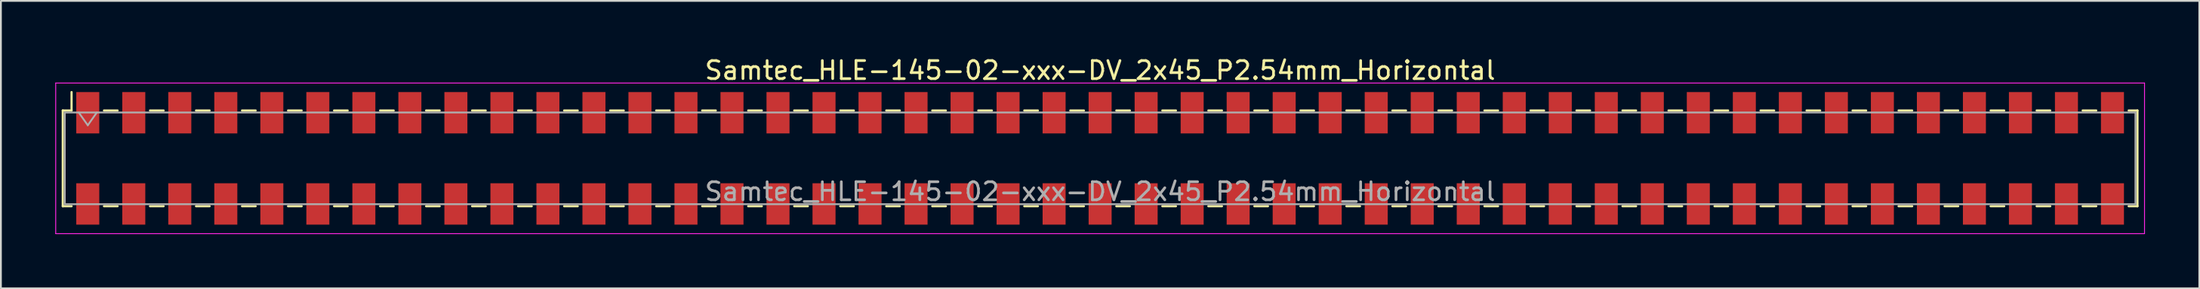
<source format=kicad_pcb>
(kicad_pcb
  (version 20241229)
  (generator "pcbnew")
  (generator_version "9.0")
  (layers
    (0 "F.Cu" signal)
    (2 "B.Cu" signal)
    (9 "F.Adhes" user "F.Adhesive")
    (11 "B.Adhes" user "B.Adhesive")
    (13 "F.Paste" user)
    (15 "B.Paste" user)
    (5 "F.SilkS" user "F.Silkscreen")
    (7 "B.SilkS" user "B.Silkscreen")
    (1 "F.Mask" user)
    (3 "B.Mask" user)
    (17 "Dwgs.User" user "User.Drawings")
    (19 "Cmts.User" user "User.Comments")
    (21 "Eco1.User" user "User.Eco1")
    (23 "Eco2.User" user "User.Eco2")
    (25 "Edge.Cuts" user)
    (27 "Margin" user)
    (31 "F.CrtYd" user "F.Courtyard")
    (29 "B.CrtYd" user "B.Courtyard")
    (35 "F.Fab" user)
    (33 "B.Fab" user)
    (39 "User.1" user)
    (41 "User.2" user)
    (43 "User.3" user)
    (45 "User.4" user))
  (footprint "Samtec_HLE-145-02-xxx-DV_2x45_P2.54mm_Horizontal"
    (layer "F.Cu")
    (at 57.675 5.718)
    (property "Reference" "Samtec_HLE-145-02-xxx-DV_2x45_P2.54mm_Horizontal" (at 0 -4.87 0) (layer "F.SilkS") (effects (font (size 1 1) (thickness 0.15))))
    (attr smd)
    (fp_line (start -57.26 -2.65) (end -57.26 2.65) (stroke (width 0.12) (type solid)) (layer "F.SilkS"))
    (fp_line (start -57.26 2.65) (end -56.775 2.65) (stroke (width 0.12) (type solid)) (layer "F.SilkS"))
    (fp_line (start -56.775 -3.67) (end -56.775 -2.65) (stroke (width 0.12) (type solid)) (layer "F.SilkS"))
    (fp_line (start -56.775 -2.65) (end -57.26 -2.65) (stroke (width 0.12) (type solid)) (layer "F.SilkS"))
    (fp_line (start -54.985 -2.65) (end -54.235 -2.65) (stroke (width 0.12) (type solid)) (layer "F.SilkS"))
    (fp_line (start -54.985 2.65) (end -54.235 2.65) (stroke (width 0.12) (type solid)) (layer "F.SilkS"))
    (fp_line (start -52.445 -2.65) (end -51.695 -2.65) (stroke (width 0.12) (type solid)) (layer "F.SilkS"))
    (fp_line (start -52.445 2.65) (end -51.695 2.65) (stroke (width 0.12) (type solid)) (layer "F.SilkS"))
    (fp_line (start -49.905 -2.65) (end -49.155 -2.65) (stroke (width 0.12) (type solid)) (layer "F.SilkS"))
    (fp_line (start -49.905 2.65) (end -49.155 2.65) (stroke (width 0.12) (type solid)) (layer "F.SilkS"))
    (fp_line (start -47.365 -2.65) (end -46.615 -2.65) (stroke (width 0.12) (type solid)) (layer "F.SilkS"))
    (fp_line (start -47.365 2.65) (end -46.615 2.65) (stroke (width 0.12) (type solid)) (layer "F.SilkS"))
    (fp_line (start -44.825 -2.65) (end -44.075 -2.65) (stroke (width 0.12) (type solid)) (layer "F.SilkS"))
    (fp_line (start -44.825 2.65) (end -44.075 2.65) (stroke (width 0.12) (type solid)) (layer "F.SilkS"))
    (fp_line (start -42.285 -2.65) (end -41.535 -2.65) (stroke (width 0.12) (type solid)) (layer "F.SilkS"))
    (fp_line (start -42.285 2.65) (end -41.535 2.65) (stroke (width 0.12) (type solid)) (layer "F.SilkS"))
    (fp_line (start -39.745 -2.65) (end -38.995 -2.65) (stroke (width 0.12) (type solid)) (layer "F.SilkS"))
    (fp_line (start -39.745 2.65) (end -38.995 2.65) (stroke (width 0.12) (type solid)) (layer "F.SilkS"))
    (fp_line (start -37.205 -2.65) (end -36.455 -2.65) (stroke (width 0.12) (type solid)) (layer "F.SilkS"))
    (fp_line (start -37.205 2.65) (end -36.455 2.65) (stroke (width 0.12) (type solid)) (layer "F.SilkS"))
    (fp_line (start -34.665 -2.65) (end -33.915 -2.65) (stroke (width 0.12) (type solid)) (layer "F.SilkS"))
    (fp_line (start -34.665 2.65) (end -33.915 2.65) (stroke (width 0.12) (type solid)) (layer "F.SilkS"))
    (fp_line (start -32.125 -2.65) (end -31.375 -2.65) (stroke (width 0.12) (type solid)) (layer "F.SilkS"))
    (fp_line (start -32.125 2.65) (end -31.375 2.65) (stroke (width 0.12) (type solid)) (layer "F.SilkS"))
    (fp_line (start -29.585 -2.65) (end -28.835 -2.65) (stroke (width 0.12) (type solid)) (layer "F.SilkS"))
    (fp_line (start -29.585 2.65) (end -28.835 2.65) (stroke (width 0.12) (type solid)) (layer "F.SilkS"))
    (fp_line (start -27.045 -2.65) (end -26.295 -2.65) (stroke (width 0.12) (type solid)) (layer "F.SilkS"))
    (fp_line (start -27.045 2.65) (end -26.295 2.65) (stroke (width 0.12) (type solid)) (layer "F.SilkS"))
    (fp_line (start -24.505 -2.65) (end -23.755 -2.65) (stroke (width 0.12) (type solid)) (layer "F.SilkS"))
    (fp_line (start -24.505 2.65) (end -23.755 2.65) (stroke (width 0.12) (type solid)) (layer "F.SilkS"))
    (fp_line (start -21.965 -2.65) (end -21.215 -2.65) (stroke (width 0.12) (type solid)) (layer "F.SilkS"))
    (fp_line (start -21.965 2.65) (end -21.215 2.65) (stroke (width 0.12) (type solid)) (layer "F.SilkS"))
    (fp_line (start -19.425 -2.65) (end -18.675 -2.65) (stroke (width 0.12) (type solid)) (layer "F.SilkS"))
    (fp_line (start -19.425 2.65) (end -18.675 2.65) (stroke (width 0.12) (type solid)) (layer "F.SilkS"))
    (fp_line (start -16.885 -2.65) (end -16.135 -2.65) (stroke (width 0.12) (type solid)) (layer "F.SilkS"))
    (fp_line (start -16.885 2.65) (end -16.135 2.65) (stroke (width 0.12) (type solid)) (layer "F.SilkS"))
    (fp_line (start -14.345 -2.65) (end -13.595 -2.65) (stroke (width 0.12) (type solid)) (layer "F.SilkS"))
    (fp_line (start -14.345 2.65) (end -13.595 2.65) (stroke (width 0.12) (type solid)) (layer "F.SilkS"))
    (fp_line (start -11.805 -2.65) (end -11.055 -2.65) (stroke (width 0.12) (type solid)) (layer "F.SilkS"))
    (fp_line (start -11.805 2.65) (end -11.055 2.65) (stroke (width 0.12) (type solid)) (layer "F.SilkS"))
    (fp_line (start -9.265 -2.65) (end -8.515 -2.65) (stroke (width 0.12) (type solid)) (layer "F.SilkS"))
    (fp_line (start -9.265 2.65) (end -8.515 2.65) (stroke (width 0.12) (type solid)) (layer "F.SilkS"))
    (fp_line (start -6.725 -2.65) (end -5.975 -2.65) (stroke (width 0.12) (type solid)) (layer "F.SilkS"))
    (fp_line (start -6.725 2.65) (end -5.975 2.65) (stroke (width 0.12) (type solid)) (layer "F.SilkS"))
    (fp_line (start -4.185 -2.65) (end -3.435 -2.65) (stroke (width 0.12) (type solid)) (layer "F.SilkS"))
    (fp_line (start -4.185 2.65) (end -3.435 2.65) (stroke (width 0.12) (type solid)) (layer "F.SilkS"))
    (fp_line (start -1.645 -2.65) (end -0.895 -2.65) (stroke (width 0.12) (type solid)) (layer "F.SilkS"))
    (fp_line (start -1.645 2.65) (end -0.895 2.65) (stroke (width 0.12) (type solid)) (layer "F.SilkS"))
    (fp_line (start 0.895 -2.65) (end 1.645 -2.65) (stroke (width 0.12) (type solid)) (layer "F.SilkS"))
    (fp_line (start 0.895 2.65) (end 1.645 2.65) (stroke (width 0.12) (type solid)) (layer "F.SilkS"))
    (fp_line (start 3.435 -2.65) (end 4.185 -2.65) (stroke (width 0.12) (type solid)) (layer "F.SilkS"))
    (fp_line (start 3.435 2.65) (end 4.185 2.65) (stroke (width 0.12) (type solid)) (layer "F.SilkS"))
    (fp_line (start 5.975 -2.65) (end 6.725 -2.65) (stroke (width 0.12) (type solid)) (layer "F.SilkS"))
    (fp_line (start 5.975 2.65) (end 6.725 2.65) (stroke (width 0.12) (type solid)) (layer "F.SilkS"))
    (fp_line (start 8.515 -2.65) (end 9.265 -2.65) (stroke (width 0.12) (type solid)) (layer "F.SilkS"))
    (fp_line (start 8.515 2.65) (end 9.265 2.65) (stroke (width 0.12) (type solid)) (layer "F.SilkS"))
    (fp_line (start 11.055 -2.65) (end 11.805 -2.65) (stroke (width 0.12) (type solid)) (layer "F.SilkS"))
    (fp_line (start 11.055 2.65) (end 11.805 2.65) (stroke (width 0.12) (type solid)) (layer "F.SilkS"))
    (fp_line (start 13.595 -2.65) (end 14.345 -2.65) (stroke (width 0.12) (type solid)) (layer "F.SilkS"))
    (fp_line (start 13.595 2.65) (end 14.345 2.65) (stroke (width 0.12) (type solid)) (layer "F.SilkS"))
    (fp_line (start 16.135 -2.65) (end 16.885 -2.65) (stroke (width 0.12) (type solid)) (layer "F.SilkS"))
    (fp_line (start 16.135 2.65) (end 16.885 2.65) (stroke (width 0.12) (type solid)) (layer "F.SilkS"))
    (fp_line (start 18.675 -2.65) (end 19.425 -2.65) (stroke (width 0.12) (type solid)) (layer "F.SilkS"))
    (fp_line (start 18.675 2.65) (end 19.425 2.65) (stroke (width 0.12) (type solid)) (layer "F.SilkS"))
    (fp_line (start 21.215 -2.65) (end 21.965 -2.65) (stroke (width 0.12) (type solid)) (layer "F.SilkS"))
    (fp_line (start 21.215 2.65) (end 21.965 2.65) (stroke (width 0.12) (type solid)) (layer "F.SilkS"))
    (fp_line (start 23.755 -2.65) (end 24.505 -2.65) (stroke (width 0.12) (type solid)) (layer "F.SilkS"))
    (fp_line (start 23.755 2.65) (end 24.505 2.65) (stroke (width 0.12) (type solid)) (layer "F.SilkS"))
    (fp_line (start 26.295 -2.65) (end 27.045 -2.65) (stroke (width 0.12) (type solid)) (layer "F.SilkS"))
    (fp_line (start 26.295 2.65) (end 27.045 2.65) (stroke (width 0.12) (type solid)) (layer "F.SilkS"))
    (fp_line (start 28.835 -2.65) (end 29.585 -2.65) (stroke (width 0.12) (type solid)) (layer "F.SilkS"))
    (fp_line (start 28.835 2.65) (end 29.585 2.65) (stroke (width 0.12) (type solid)) (layer "F.SilkS"))
    (fp_line (start 31.375 -2.65) (end 32.125 -2.65) (stroke (width 0.12) (type solid)) (layer "F.SilkS"))
    (fp_line (start 31.375 2.65) (end 32.125 2.65) (stroke (width 0.12) (type solid)) (layer "F.SilkS"))
    (fp_line (start 33.915 -2.65) (end 34.665 -2.65) (stroke (width 0.12) (type solid)) (layer "F.SilkS"))
    (fp_line (start 33.915 2.65) (end 34.665 2.65) (stroke (width 0.12) (type solid)) (layer "F.SilkS"))
    (fp_line (start 36.455 -2.65) (end 37.205 -2.65) (stroke (width 0.12) (type solid)) (layer "F.SilkS"))
    (fp_line (start 36.455 2.65) (end 37.205 2.65) (stroke (width 0.12) (type solid)) (layer "F.SilkS"))
    (fp_line (start 38.995 -2.65) (end 39.745 -2.65) (stroke (width 0.12) (type solid)) (layer "F.SilkS"))
    (fp_line (start 38.995 2.65) (end 39.745 2.65) (stroke (width 0.12) (type solid)) (layer "F.SilkS"))
    (fp_line (start 41.535 -2.65) (end 42.285 -2.65) (stroke (width 0.12) (type solid)) (layer "F.SilkS"))
    (fp_line (start 41.535 2.65) (end 42.285 2.65) (stroke (width 0.12) (type solid)) (layer "F.SilkS"))
    (fp_line (start 44.075 -2.65) (end 44.825 -2.65) (stroke (width 0.12) (type solid)) (layer "F.SilkS"))
    (fp_line (start 44.075 2.65) (end 44.825 2.65) (stroke (width 0.12) (type solid)) (layer "F.SilkS"))
    (fp_line (start 46.615 -2.65) (end 47.365 -2.65) (stroke (width 0.12) (type solid)) (layer "F.SilkS"))
    (fp_line (start 46.615 2.65) (end 47.365 2.65) (stroke (width 0.12) (type solid)) (layer "F.SilkS"))
    (fp_line (start 49.155 -2.65) (end 49.905 -2.65) (stroke (width 0.12) (type solid)) (layer "F.SilkS"))
    (fp_line (start 49.155 2.65) (end 49.905 2.65) (stroke (width 0.12) (type solid)) (layer "F.SilkS"))
    (fp_line (start 51.695 -2.65) (end 52.445 -2.65) (stroke (width 0.12) (type solid)) (layer "F.SilkS"))
    (fp_line (start 51.695 2.65) (end 52.445 2.65) (stroke (width 0.12) (type solid)) (layer "F.SilkS"))
    (fp_line (start 54.235 -2.65) (end 54.985 -2.65) (stroke (width 0.12) (type solid)) (layer "F.SilkS"))
    (fp_line (start 54.235 2.65) (end 54.985 2.65) (stroke (width 0.12) (type solid)) (layer "F.SilkS"))
    (fp_line (start 56.775 -2.65) (end 57.26 -2.65) (stroke (width 0.12) (type solid)) (layer "F.SilkS"))
    (fp_line (start 57.26 -2.65) (end 57.26 2.65) (stroke (width 0.12) (type solid)) (layer "F.SilkS"))
    (fp_line (start 57.26 2.65) (end 56.775 2.65) (stroke (width 0.12) (type solid)) (layer "F.SilkS"))
    (fp_line (start -57.65 -4.17) (end 57.65 -4.17) (stroke (width 0.05) (type solid)) (layer "F.CrtYd"))
    (fp_line (start -57.65 4.17) (end -57.65 -4.17) (stroke (width 0.05) (type solid)) (layer "F.CrtYd"))
    (fp_line (start 57.65 -4.17) (end 57.65 4.17) (stroke (width 0.05) (type solid)) (layer "F.CrtYd"))
    (fp_line (start 57.65 4.17) (end -57.65 4.17) (stroke (width 0.05) (type solid)) (layer "F.CrtYd"))
    (fp_line (start -57.15 -2.54) (end 57.15 -2.54) (stroke (width 0.1) (type solid)) (layer "F.Fab"))
    (fp_line (start -57.15 2.54) (end -57.15 -2.54) (stroke (width 0.1) (type solid)) (layer "F.Fab"))
    (fp_line (start -56.38 -2.54) (end -55.88 -1.833) (stroke (width 0.1) (type solid)) (layer "F.Fab"))
    (fp_line (start -55.88 -1.833) (end -55.38 -2.54) (stroke (width 0.1) (type solid)) (layer "F.Fab"))
    (fp_line (start 57.15 -2.54) (end 57.15 2.54) (stroke (width 0.1) (type solid)) (layer "F.Fab"))
    (fp_line (start 57.15 2.54) (end -57.15 2.54) (stroke (width 0.1) (type solid)) (layer "F.Fab"))
    (fp_text user "${REFERENCE}" (at 0 1.84 0) (layer "F.Fab") (effects (font (size 1 1) (thickness 0.15))))
    (pad "1" smd rect (at -55.88 -2.525) (size 1.27 2.29) (layers "F.Cu" "F.Mask" "F.Paste"))
    (pad "2" smd rect (at -55.88 2.525) (size 1.27 2.29) (layers "F.Cu" "F.Mask" "F.Paste"))
    (pad "3" smd rect (at -53.34 -2.525) (size 1.27 2.29) (layers "F.Cu" "F.Mask" "F.Paste"))
    (pad "4" smd rect (at -53.34 2.525) (size 1.27 2.29) (layers "F.Cu" "F.Mask" "F.Paste"))
    (pad "5" smd rect (at -50.8 -2.525) (size 1.27 2.29) (layers "F.Cu" "F.Mask" "F.Paste"))
    (pad "6" smd rect (at -50.8 2.525) (size 1.27 2.29) (layers "F.Cu" "F.Mask" "F.Paste"))
    (pad "7" smd rect (at -48.26 -2.525) (size 1.27 2.29) (layers "F.Cu" "F.Mask" "F.Paste"))
    (pad "8" smd rect (at -48.26 2.525) (size 1.27 2.29) (layers "F.Cu" "F.Mask" "F.Paste"))
    (pad "9" smd rect (at -45.72 -2.525) (size 1.27 2.29) (layers "F.Cu" "F.Mask" "F.Paste"))
    (pad "10" smd rect (at -45.72 2.525) (size 1.27 2.29) (layers "F.Cu" "F.Mask" "F.Paste"))
    (pad "11" smd rect (at -43.18 -2.525) (size 1.27 2.29) (layers "F.Cu" "F.Mask" "F.Paste"))
    (pad "12" smd rect (at -43.18 2.525) (size 1.27 2.29) (layers "F.Cu" "F.Mask" "F.Paste"))
    (pad "13" smd rect (at -40.64 -2.525) (size 1.27 2.29) (layers "F.Cu" "F.Mask" "F.Paste"))
    (pad "14" smd rect (at -40.64 2.525) (size 1.27 2.29) (layers "F.Cu" "F.Mask" "F.Paste"))
    (pad "15" smd rect (at -38.1 -2.525) (size 1.27 2.29) (layers "F.Cu" "F.Mask" "F.Paste"))
    (pad "16" smd rect (at -38.1 2.525) (size 1.27 2.29) (layers "F.Cu" "F.Mask" "F.Paste"))
    (pad "17" smd rect (at -35.56 -2.525) (size 1.27 2.29) (layers "F.Cu" "F.Mask" "F.Paste"))
    (pad "18" smd rect (at -35.56 2.525) (size 1.27 2.29) (layers "F.Cu" "F.Mask" "F.Paste"))
    (pad "19" smd rect (at -33.02 -2.525) (size 1.27 2.29) (layers "F.Cu" "F.Mask" "F.Paste"))
    (pad "20" smd rect (at -33.02 2.525) (size 1.27 2.29) (layers "F.Cu" "F.Mask" "F.Paste"))
    (pad "21" smd rect (at -30.48 -2.525) (size 1.27 2.29) (layers "F.Cu" "F.Mask" "F.Paste"))
    (pad "22" smd rect (at -30.48 2.525) (size 1.27 2.29) (layers "F.Cu" "F.Mask" "F.Paste"))
    (pad "23" smd rect (at -27.94 -2.525) (size 1.27 2.29) (layers "F.Cu" "F.Mask" "F.Paste"))
    (pad "24" smd rect (at -27.94 2.525) (size 1.27 2.29) (layers "F.Cu" "F.Mask" "F.Paste"))
    (pad "25" smd rect (at -25.4 -2.525) (size 1.27 2.29) (layers "F.Cu" "F.Mask" "F.Paste"))
    (pad "26" smd rect (at -25.4 2.525) (size 1.27 2.29) (layers "F.Cu" "F.Mask" "F.Paste"))
    (pad "27" smd rect (at -22.86 -2.525) (size 1.27 2.29) (layers "F.Cu" "F.Mask" "F.Paste"))
    (pad "28" smd rect (at -22.86 2.525) (size 1.27 2.29) (layers "F.Cu" "F.Mask" "F.Paste"))
    (pad "29" smd rect (at -20.32 -2.525) (size 1.27 2.29) (layers "F.Cu" "F.Mask" "F.Paste"))
    (pad "30" smd rect (at -20.32 2.525) (size 1.27 2.29) (layers "F.Cu" "F.Mask" "F.Paste"))
    (pad "31" smd rect (at -17.78 -2.525) (size 1.27 2.29) (layers "F.Cu" "F.Mask" "F.Paste"))
    (pad "32" smd rect (at -17.78 2.525) (size 1.27 2.29) (layers "F.Cu" "F.Mask" "F.Paste"))
    (pad "33" smd rect (at -15.24 -2.525) (size 1.27 2.29) (layers "F.Cu" "F.Mask" "F.Paste"))
    (pad "34" smd rect (at -15.24 2.525) (size 1.27 2.29) (layers "F.Cu" "F.Mask" "F.Paste"))
    (pad "35" smd rect (at -12.7 -2.525) (size 1.27 2.29) (layers "F.Cu" "F.Mask" "F.Paste"))
    (pad "36" smd rect (at -12.7 2.525) (size 1.27 2.29) (layers "F.Cu" "F.Mask" "F.Paste"))
    (pad "37" smd rect (at -10.16 -2.525) (size 1.27 2.29) (layers "F.Cu" "F.Mask" "F.Paste"))
    (pad "38" smd rect (at -10.16 2.525) (size 1.27 2.29) (layers "F.Cu" "F.Mask" "F.Paste"))
    (pad "39" smd rect (at -7.62 -2.525) (size 1.27 2.29) (layers "F.Cu" "F.Mask" "F.Paste"))
    (pad "40" smd rect (at -7.62 2.525) (size 1.27 2.29) (layers "F.Cu" "F.Mask" "F.Paste"))
    (pad "41" smd rect (at -5.08 -2.525) (size 1.27 2.29) (layers "F.Cu" "F.Mask" "F.Paste"))
    (pad "42" smd rect (at -5.08 2.525) (size 1.27 2.29) (layers "F.Cu" "F.Mask" "F.Paste"))
    (pad "43" smd rect (at -2.54 -2.525) (size 1.27 2.29) (layers "F.Cu" "F.Mask" "F.Paste"))
    (pad "44" smd rect (at -2.54 2.525) (size 1.27 2.29) (layers "F.Cu" "F.Mask" "F.Paste"))
    (pad "45" smd rect (at 0 -2.525) (size 1.27 2.29) (layers "F.Cu" "F.Mask" "F.Paste"))
    (pad "46" smd rect (at 0 2.525) (size 1.27 2.29) (layers "F.Cu" "F.Mask" "F.Paste"))
    (pad "47" smd rect (at 2.54 -2.525) (size 1.27 2.29) (layers "F.Cu" "F.Mask" "F.Paste"))
    (pad "48" smd rect (at 2.54 2.525) (size 1.27 2.29) (layers "F.Cu" "F.Mask" "F.Paste"))
    (pad "49" smd rect (at 5.08 -2.525) (size 1.27 2.29) (layers "F.Cu" "F.Mask" "F.Paste"))
    (pad "50" smd rect (at 5.08 2.525) (size 1.27 2.29) (layers "F.Cu" "F.Mask" "F.Paste"))
    (pad "51" smd rect (at 7.62 -2.525) (size 1.27 2.29) (layers "F.Cu" "F.Mask" "F.Paste"))
    (pad "52" smd rect (at 7.62 2.525) (size 1.27 2.29) (layers "F.Cu" "F.Mask" "F.Paste"))
    (pad "53" smd rect (at 10.16 -2.525) (size 1.27 2.29) (layers "F.Cu" "F.Mask" "F.Paste"))
    (pad "54" smd rect (at 10.16 2.525) (size 1.27 2.29) (layers "F.Cu" "F.Mask" "F.Paste"))
    (pad "55" smd rect (at 12.7 -2.525) (size 1.27 2.29) (layers "F.Cu" "F.Mask" "F.Paste"))
    (pad "56" smd rect (at 12.7 2.525) (size 1.27 2.29) (layers "F.Cu" "F.Mask" "F.Paste"))
    (pad "57" smd rect (at 15.24 -2.525) (size 1.27 2.29) (layers "F.Cu" "F.Mask" "F.Paste"))
    (pad "58" smd rect (at 15.24 2.525) (size 1.27 2.29) (layers "F.Cu" "F.Mask" "F.Paste"))
    (pad "59" smd rect (at 17.78 -2.525) (size 1.27 2.29) (layers "F.Cu" "F.Mask" "F.Paste"))
    (pad "60" smd rect (at 17.78 2.525) (size 1.27 2.29) (layers "F.Cu" "F.Mask" "F.Paste"))
    (pad "61" smd rect (at 20.32 -2.525) (size 1.27 2.29) (layers "F.Cu" "F.Mask" "F.Paste"))
    (pad "62" smd rect (at 20.32 2.525) (size 1.27 2.29) (layers "F.Cu" "F.Mask" "F.Paste"))
    (pad "63" smd rect (at 22.86 -2.525) (size 1.27 2.29) (layers "F.Cu" "F.Mask" "F.Paste"))
    (pad "64" smd rect (at 22.86 2.525) (size 1.27 2.29) (layers "F.Cu" "F.Mask" "F.Paste"))
    (pad "65" smd rect (at 25.4 -2.525) (size 1.27 2.29) (layers "F.Cu" "F.Mask" "F.Paste"))
    (pad "66" smd rect (at 25.4 2.525) (size 1.27 2.29) (layers "F.Cu" "F.Mask" "F.Paste"))
    (pad "67" smd rect (at 27.94 -2.525) (size 1.27 2.29) (layers "F.Cu" "F.Mask" "F.Paste"))
    (pad "68" smd rect (at 27.94 2.525) (size 1.27 2.29) (layers "F.Cu" "F.Mask" "F.Paste"))
    (pad "69" smd rect (at 30.48 -2.525) (size 1.27 2.29) (layers "F.Cu" "F.Mask" "F.Paste"))
    (pad "70" smd rect (at 30.48 2.525) (size 1.27 2.29) (layers "F.Cu" "F.Mask" "F.Paste"))
    (pad "71" smd rect (at 33.02 -2.525) (size 1.27 2.29) (layers "F.Cu" "F.Mask" "F.Paste"))
    (pad "72" smd rect (at 33.02 2.525) (size 1.27 2.29) (layers "F.Cu" "F.Mask" "F.Paste"))
    (pad "73" smd rect (at 35.56 -2.525) (size 1.27 2.29) (layers "F.Cu" "F.Mask" "F.Paste"))
    (pad "74" smd rect (at 35.56 2.525) (size 1.27 2.29) (layers "F.Cu" "F.Mask" "F.Paste"))
    (pad "75" smd rect (at 38.1 -2.525) (size 1.27 2.29) (layers "F.Cu" "F.Mask" "F.Paste"))
    (pad "76" smd rect (at 38.1 2.525) (size 1.27 2.29) (layers "F.Cu" "F.Mask" "F.Paste"))
    (pad "77" smd rect (at 40.64 -2.525) (size 1.27 2.29) (layers "F.Cu" "F.Mask" "F.Paste"))
    (pad "78" smd rect (at 40.64 2.525) (size 1.27 2.29) (layers "F.Cu" "F.Mask" "F.Paste"))
    (pad "79" smd rect (at 43.18 -2.525) (size 1.27 2.29) (layers "F.Cu" "F.Mask" "F.Paste"))
    (pad "80" smd rect (at 43.18 2.525) (size 1.27 2.29) (layers "F.Cu" "F.Mask" "F.Paste"))
    (pad "81" smd rect (at 45.72 -2.525) (size 1.27 2.29) (layers "F.Cu" "F.Mask" "F.Paste"))
    (pad "82" smd rect (at 45.72 2.525) (size 1.27 2.29) (layers "F.Cu" "F.Mask" "F.Paste"))
    (pad "83" smd rect (at 48.26 -2.525) (size 1.27 2.29) (layers "F.Cu" "F.Mask" "F.Paste"))
    (pad "84" smd rect (at 48.26 2.525) (size 1.27 2.29) (layers "F.Cu" "F.Mask" "F.Paste"))
    (pad "85" smd rect (at 50.8 -2.525) (size 1.27 2.29) (layers "F.Cu" "F.Mask" "F.Paste"))
    (pad "86" smd rect (at 50.8 2.525) (size 1.27 2.29) (layers "F.Cu" "F.Mask" "F.Paste"))
    (pad "87" smd rect (at 53.34 -2.525) (size 1.27 2.29) (layers "F.Cu" "F.Mask" "F.Paste"))
    (pad "88" smd rect (at 53.34 2.525) (size 1.27 2.29) (layers "F.Cu" "F.Mask" "F.Paste"))
    (pad "89" smd rect (at 55.88 -2.525) (size 1.27 2.29) (layers "F.Cu" "F.Mask" "F.Paste"))
    (pad "90" smd rect (at 55.88 2.525) (size 1.27 2.29) (layers "F.Cu" "F.Mask" "F.Paste")))
  (gr_rect
    (start -3 -3)
    (end 118.35 12.913)
    (stroke (width 0.1) (type default))
    (fill no)
    (layer "Edge.Cuts")))
</source>
